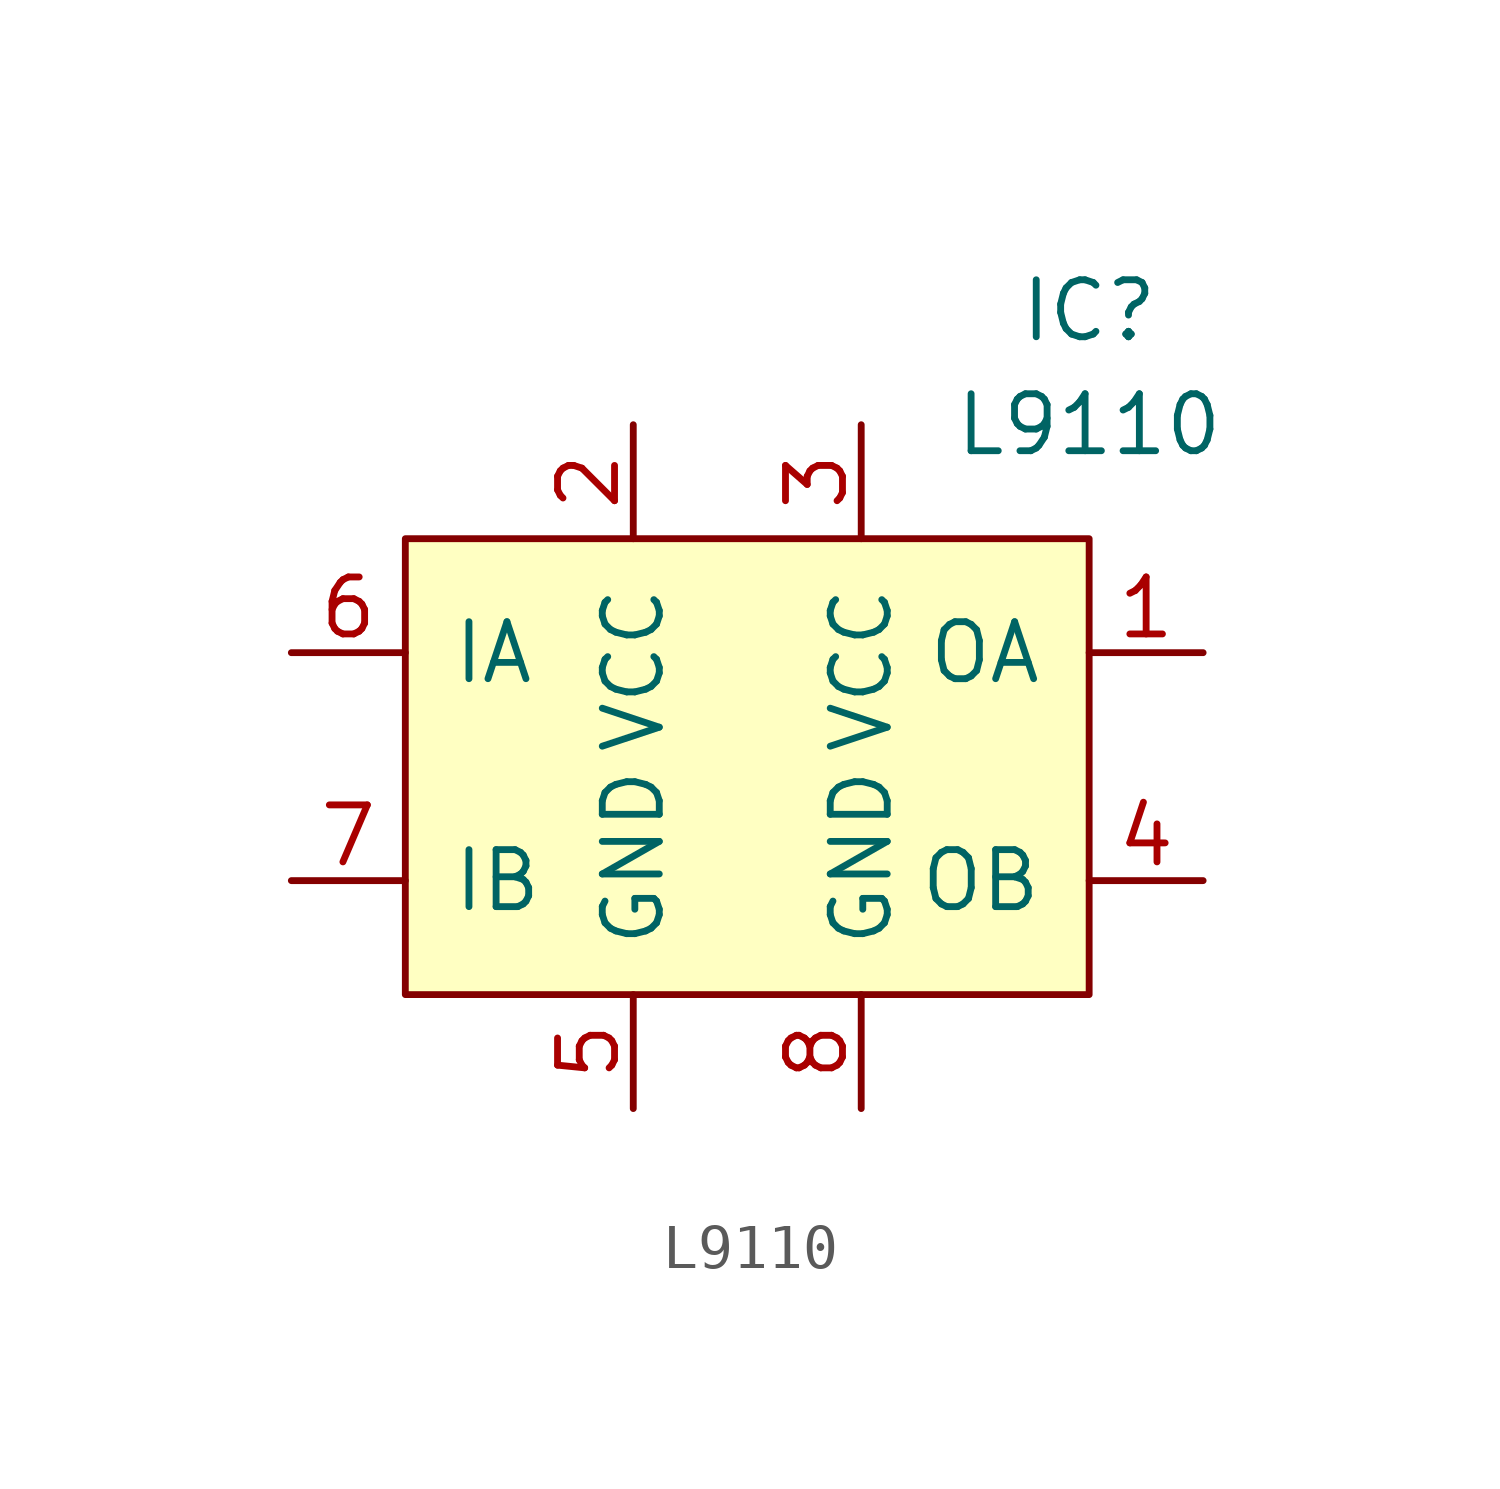
<source format=kicad_sym>
(kicad_symbol_lib
  (version 20220914)
  (generator kicad_symbol_editor)
  (symbol "L9110"
    (pin_names
      (offset 1.016))
    (property "Reference" "IC"
      (at 7.62 10.16 0)
      (effects (font (size 1.27 1.27))))
    (property "Value" "L9110"
      (at 7.62 7.62 0)
      (effects (font (size 1.27 1.27))))
    (symbol "L9110_0_1"
      (rectangle (start 7.62 -5.08) (end -7.62 5.08) (stroke (width 0) (type solid)) (fill (type background))))
    (symbol "L9110_1_1"
      (pin power_out line (at 10.16 2.54 180) (length 2.54) (name "OA" (effects (font (size 1.27 1.27)))) (number "1" (effects (font (size 1.27 1.27)))))
      (pin power_in line (at -2.54 7.62 270) (length 2.54) (name "VCC" (effects (font (size 1.27 1.27)))) (number "2" (effects (font (size 1.27 1.27)))))
      (pin power_in line (at 2.54 7.62 270) (length 2.54) (name "VCC" (effects (font (size 1.27 1.27)))) (number "3" (effects (font (size 1.27 1.27)))))
      (pin power_out line (at 10.16 -2.54 180) (length 2.54) (name "OB" (effects (font (size 1.27 1.27)))) (number "4" (effects (font (size 1.27 1.27)))))
      (pin power_out line (at -2.54 -7.62 90) (length 2.54) (name "GND" (effects (font (size 1.27 1.27)))) (number "5" (effects (font (size 1.27 1.27)))))
      (pin input line (at -10.16 2.54 0) (length 2.54) (name "IA" (effects (font (size 1.27 1.27)))) (number "6" (effects (font (size 1.27 1.27)))))
      (pin input line (at -10.16 -2.54 0) (length 2.54) (name "IB" (effects (font (size 1.27 1.27)))) (number "7" (effects (font (size 1.27 1.27)))))
      (pin power_out line (at 2.54 -7.62 90) (length 2.54) (name "GND" (effects (font (size 1.27 1.27)))) (number "8" (effects (font (size 1.27 1.27))))))))
</source>
